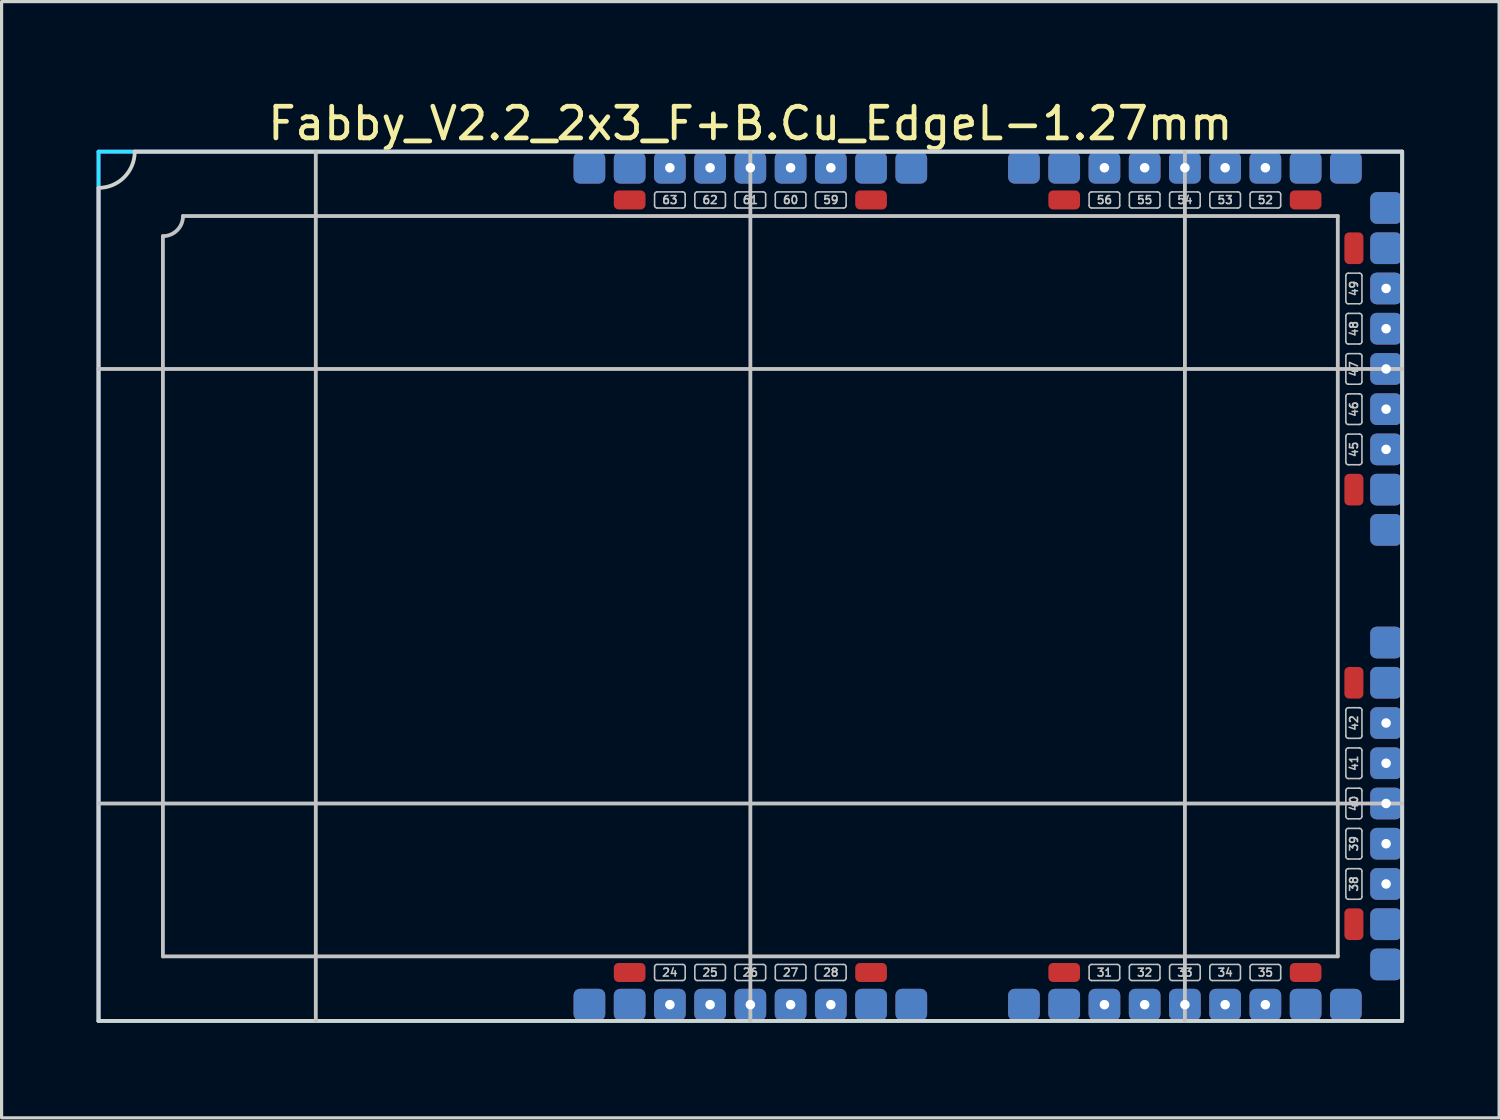
<source format=kicad_pcb>
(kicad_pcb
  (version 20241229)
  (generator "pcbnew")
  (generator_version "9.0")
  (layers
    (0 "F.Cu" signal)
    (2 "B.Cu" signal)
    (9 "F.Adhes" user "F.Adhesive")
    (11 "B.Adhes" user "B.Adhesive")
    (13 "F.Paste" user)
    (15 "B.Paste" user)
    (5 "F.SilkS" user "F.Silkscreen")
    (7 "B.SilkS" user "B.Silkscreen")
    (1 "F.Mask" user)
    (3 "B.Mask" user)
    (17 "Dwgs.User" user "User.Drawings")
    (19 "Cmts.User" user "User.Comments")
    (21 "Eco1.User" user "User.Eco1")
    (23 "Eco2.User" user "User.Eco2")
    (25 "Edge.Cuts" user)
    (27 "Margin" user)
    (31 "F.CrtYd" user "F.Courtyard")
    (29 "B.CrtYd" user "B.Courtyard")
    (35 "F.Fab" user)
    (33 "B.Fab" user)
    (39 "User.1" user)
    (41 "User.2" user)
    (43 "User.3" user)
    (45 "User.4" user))
  (footprint "Fabby_V2.2_2x3_F+B.Cu_EdgeL-1.27mm"
    (layer "F.Cu")
    (at 20.634 15.453)
    (property "Reference" "Fabby_V2.2_2x3_F+B.Cu_EdgeL-1.27mm" (at 0 -14.605 0) (layer "F.SilkS") (effects (font (size 1 1) (thickness 0.15))))
    (attr through_hole)
    (fp_line (start -18.542 11.684) (end -18.542 -11.049) (stroke (width 0.12) (type solid)) (layer "Dwgs.User"))
    (fp_line (start -17.907 -11.684) (end 18.542 -11.684) (stroke (width 0.12) (type solid)) (layer "Dwgs.User"))
    (fp_line (start -13.716 13.716) (end -13.716 -13.716) (stroke (width 0.12) (type solid)) (layer "Dwgs.User"))
    (fp_line (start -3.023 -12.014) (end -3.023 -12.37) (stroke (width 0.05) (type solid)) (layer "Dwgs.User"))
    (fp_line (start -3.023 12.37) (end -3.023 12.014) (stroke (width 0.05) (type solid)) (layer "Dwgs.User"))
    (fp_line (start -2.134 -12.446) (end -2.946 -12.446) (stroke (width 0.05) (type solid)) (layer "Dwgs.User"))
    (fp_line (start -2.134 -11.938) (end -2.946 -11.938) (stroke (width 0.05) (type solid)) (layer "Dwgs.User"))
    (fp_line (start -2.134 11.938) (end -2.946 11.938) (stroke (width 0.05) (type solid)) (layer "Dwgs.User"))
    (fp_line (start -2.134 12.446) (end -2.946 12.446) (stroke (width 0.05) (type solid)) (layer "Dwgs.User"))
    (fp_line (start -2.057 -12.014) (end -2.057 -12.37) (stroke (width 0.05) (type solid)) (layer "Dwgs.User"))
    (fp_line (start -2.057 12.37) (end -2.057 12.014) (stroke (width 0.05) (type solid)) (layer "Dwgs.User"))
    (fp_line (start -1.753 -12.014) (end -1.753 -12.37) (stroke (width 0.05) (type solid)) (layer "Dwgs.User"))
    (fp_line (start -1.753 12.37) (end -1.753 12.014) (stroke (width 0.05) (type solid)) (layer "Dwgs.User"))
    (fp_line (start -0.864 -12.446) (end -1.676 -12.446) (stroke (width 0.05) (type solid)) (layer "Dwgs.User"))
    (fp_line (start -0.864 -11.938) (end -1.676 -11.938) (stroke (width 0.05) (type solid)) (layer "Dwgs.User"))
    (fp_line (start -0.864 11.938) (end -1.676 11.938) (stroke (width 0.05) (type solid)) (layer "Dwgs.User"))
    (fp_line (start -0.864 12.446) (end -1.676 12.446) (stroke (width 0.05) (type solid)) (layer "Dwgs.User"))
    (fp_line (start -0.787 -12.014) (end -0.787 -12.37) (stroke (width 0.05) (type solid)) (layer "Dwgs.User"))
    (fp_line (start -0.787 12.37) (end -0.787 12.014) (stroke (width 0.05) (type solid)) (layer "Dwgs.User"))
    (fp_line (start -0.483 -12.014) (end -0.483 -12.37) (stroke (width 0.05) (type solid)) (layer "Dwgs.User"))
    (fp_line (start -0.483 12.37) (end -0.483 12.014) (stroke (width 0.05) (type solid)) (layer "Dwgs.User"))
    (fp_line (start 0 -13.716) (end 0 13.716) (stroke (width 0.12) (type solid)) (layer "Dwgs.User"))
    (fp_line (start 0.406 -12.446) (end -0.406 -12.446) (stroke (width 0.05) (type solid)) (layer "Dwgs.User"))
    (fp_line (start 0.406 -11.938) (end -0.406 -11.938) (stroke (width 0.05) (type solid)) (layer "Dwgs.User"))
    (fp_line (start 0.406 11.938) (end -0.406 11.938) (stroke (width 0.05) (type solid)) (layer "Dwgs.User"))
    (fp_line (start 0.406 12.446) (end -0.406 12.446) (stroke (width 0.05) (type solid)) (layer "Dwgs.User"))
    (fp_line (start 0.483 -12.014) (end 0.483 -12.37) (stroke (width 0.05) (type solid)) (layer "Dwgs.User"))
    (fp_line (start 0.483 12.37) (end 0.483 12.014) (stroke (width 0.05) (type solid)) (layer "Dwgs.User"))
    (fp_line (start 0.787 -12.014) (end 0.787 -12.37) (stroke (width 0.05) (type solid)) (layer "Dwgs.User"))
    (fp_line (start 0.787 12.37) (end 0.787 12.014) (stroke (width 0.05) (type solid)) (layer "Dwgs.User"))
    (fp_line (start 1.676 -12.446) (end 0.864 -12.446) (stroke (width 0.05) (type solid)) (layer "Dwgs.User"))
    (fp_line (start 1.676 -11.938) (end 0.864 -11.938) (stroke (width 0.05) (type solid)) (layer "Dwgs.User"))
    (fp_line (start 1.676 11.938) (end 0.864 11.938) (stroke (width 0.05) (type solid)) (layer "Dwgs.User"))
    (fp_line (start 1.676 12.446) (end 0.864 12.446) (stroke (width 0.05) (type solid)) (layer "Dwgs.User"))
    (fp_line (start 1.753 -12.014) (end 1.753 -12.37) (stroke (width 0.05) (type solid)) (layer "Dwgs.User"))
    (fp_line (start 1.753 12.37) (end 1.753 12.014) (stroke (width 0.05) (type solid)) (layer "Dwgs.User"))
    (fp_line (start 2.057 -12.014) (end 2.057 -12.37) (stroke (width 0.05) (type solid)) (layer "Dwgs.User"))
    (fp_line (start 2.057 12.37) (end 2.057 12.014) (stroke (width 0.05) (type solid)) (layer "Dwgs.User"))
    (fp_line (start 2.946 -12.446) (end 2.134 -12.446) (stroke (width 0.05) (type solid)) (layer "Dwgs.User"))
    (fp_line (start 2.946 -11.938) (end 2.134 -11.938) (stroke (width 0.05) (type solid)) (layer "Dwgs.User"))
    (fp_line (start 2.946 11.938) (end 2.134 11.938) (stroke (width 0.05) (type solid)) (layer "Dwgs.User"))
    (fp_line (start 2.946 12.446) (end 2.134 12.446) (stroke (width 0.05) (type solid)) (layer "Dwgs.User"))
    (fp_line (start 3.023 -12.014) (end 3.023 -12.37) (stroke (width 0.05) (type solid)) (layer "Dwgs.User"))
    (fp_line (start 3.023 12.37) (end 3.023 12.014) (stroke (width 0.05) (type solid)) (layer "Dwgs.User"))
    (fp_line (start 10.693 -12.014) (end 10.693 -12.37) (stroke (width 0.05) (type solid)) (layer "Dwgs.User"))
    (fp_line (start 10.693 12.014) (end 10.693 12.37) (stroke (width 0.05) (type solid)) (layer "Dwgs.User"))
    (fp_line (start 10.77 11.938) (end 11.582 11.938) (stroke (width 0.05) (type solid)) (layer "Dwgs.User"))
    (fp_line (start 10.77 12.446) (end 11.582 12.446) (stroke (width 0.05) (type solid)) (layer "Dwgs.User"))
    (fp_line (start 11.582 -12.446) (end 10.77 -12.446) (stroke (width 0.05) (type solid)) (layer "Dwgs.User"))
    (fp_line (start 11.582 -11.938) (end 10.77 -11.938) (stroke (width 0.05) (type solid)) (layer "Dwgs.User"))
    (fp_line (start 11.659 -12.014) (end 11.659 -12.37) (stroke (width 0.05) (type solid)) (layer "Dwgs.User"))
    (fp_line (start 11.659 12.014) (end 11.659 12.37) (stroke (width 0.05) (type solid)) (layer "Dwgs.User"))
    (fp_line (start 11.963 -12.014) (end 11.963 -12.37) (stroke (width 0.05) (type solid)) (layer "Dwgs.User"))
    (fp_line (start 11.963 12.014) (end 11.963 12.37) (stroke (width 0.05) (type solid)) (layer "Dwgs.User"))
    (fp_line (start 12.04 11.938) (end 12.852 11.938) (stroke (width 0.05) (type solid)) (layer "Dwgs.User"))
    (fp_line (start 12.04 12.446) (end 12.852 12.446) (stroke (width 0.05) (type solid)) (layer "Dwgs.User"))
    (fp_line (start 12.852 -12.446) (end 12.04 -12.446) (stroke (width 0.05) (type solid)) (layer "Dwgs.User"))
    (fp_line (start 12.852 -11.938) (end 12.04 -11.938) (stroke (width 0.05) (type solid)) (layer "Dwgs.User"))
    (fp_line (start 12.929 -12.014) (end 12.929 -12.37) (stroke (width 0.05) (type solid)) (layer "Dwgs.User"))
    (fp_line (start 12.929 12.014) (end 12.929 12.37) (stroke (width 0.05) (type solid)) (layer "Dwgs.User"))
    (fp_line (start 13.233 -12.014) (end 13.233 -12.37) (stroke (width 0.05) (type solid)) (layer "Dwgs.User"))
    (fp_line (start 13.233 12.014) (end 13.233 12.37) (stroke (width 0.05) (type solid)) (layer "Dwgs.User"))
    (fp_line (start 13.31 11.938) (end 14.122 11.938) (stroke (width 0.05) (type solid)) (layer "Dwgs.User"))
    (fp_line (start 13.31 12.446) (end 14.122 12.446) (stroke (width 0.05) (type solid)) (layer "Dwgs.User"))
    (fp_line (start 13.716 13.716) (end 13.716 -13.716) (stroke (width 0.12) (type solid)) (layer "Dwgs.User"))
    (fp_line (start 14.122 -12.446) (end 13.31 -12.446) (stroke (width 0.05) (type solid)) (layer "Dwgs.User"))
    (fp_line (start 14.122 -11.938) (end 13.31 -11.938) (stroke (width 0.05) (type solid)) (layer "Dwgs.User"))
    (fp_line (start 14.199 -12.014) (end 14.199 -12.37) (stroke (width 0.05) (type solid)) (layer "Dwgs.User"))
    (fp_line (start 14.199 12.014) (end 14.199 12.37) (stroke (width 0.05) (type solid)) (layer "Dwgs.User"))
    (fp_line (start 14.503 -12.014) (end 14.503 -12.37) (stroke (width 0.05) (type solid)) (layer "Dwgs.User"))
    (fp_line (start 14.503 12.014) (end 14.503 12.37) (stroke (width 0.05) (type solid)) (layer "Dwgs.User"))
    (fp_line (start 14.58 11.938) (end 15.392 11.938) (stroke (width 0.05) (type solid)) (layer "Dwgs.User"))
    (fp_line (start 14.58 12.446) (end 15.392 12.446) (stroke (width 0.05) (type solid)) (layer "Dwgs.User"))
    (fp_line (start 15.392 -12.446) (end 14.58 -12.446) (stroke (width 0.05) (type solid)) (layer "Dwgs.User"))
    (fp_line (start 15.392 -11.938) (end 14.58 -11.938) (stroke (width 0.05) (type solid)) (layer "Dwgs.User"))
    (fp_line (start 15.469 -12.014) (end 15.469 -12.37) (stroke (width 0.05) (type solid)) (layer "Dwgs.User"))
    (fp_line (start 15.469 12.014) (end 15.469 12.37) (stroke (width 0.05) (type solid)) (layer "Dwgs.User"))
    (fp_line (start 15.773 -12.014) (end 15.773 -12.37) (stroke (width 0.05) (type solid)) (layer "Dwgs.User"))
    (fp_line (start 15.773 12.014) (end 15.773 12.37) (stroke (width 0.05) (type solid)) (layer "Dwgs.User"))
    (fp_line (start 15.85 11.938) (end 16.662 11.938) (stroke (width 0.05) (type solid)) (layer "Dwgs.User"))
    (fp_line (start 15.85 12.446) (end 16.662 12.446) (stroke (width 0.05) (type solid)) (layer "Dwgs.User"))
    (fp_line (start 16.662 -12.446) (end 15.85 -12.446) (stroke (width 0.05) (type solid)) (layer "Dwgs.User"))
    (fp_line (start 16.662 -11.938) (end 15.85 -11.938) (stroke (width 0.05) (type solid)) (layer "Dwgs.User"))
    (fp_line (start 16.739 -12.014) (end 16.739 -12.37) (stroke (width 0.05) (type solid)) (layer "Dwgs.User"))
    (fp_line (start 16.739 12.014) (end 16.739 12.37) (stroke (width 0.05) (type solid)) (layer "Dwgs.User"))
    (fp_line (start 18.542 -11.684) (end 18.542 11.684) (stroke (width 0.12) (type solid)) (layer "Dwgs.User"))
    (fp_line (start 18.542 11.684) (end -18.542 11.684) (stroke (width 0.12) (type solid)) (layer "Dwgs.User"))
    (fp_line (start 18.796 -8.992) (end 18.796 -9.804) (stroke (width 0.05) (type solid)) (layer "Dwgs.User"))
    (fp_line (start 18.796 -7.722) (end 18.796 -8.534) (stroke (width 0.05) (type solid)) (layer "Dwgs.User"))
    (fp_line (start 18.796 -6.452) (end 18.796 -7.264) (stroke (width 0.05) (type solid)) (layer "Dwgs.User"))
    (fp_line (start 18.796 -5.182) (end 18.796 -5.994) (stroke (width 0.05) (type solid)) (layer "Dwgs.User"))
    (fp_line (start 18.796 -3.912) (end 18.796 -4.724) (stroke (width 0.05) (type solid)) (layer "Dwgs.User"))
    (fp_line (start 18.796 4.724) (end 18.796 3.912) (stroke (width 0.05) (type solid)) (layer "Dwgs.User"))
    (fp_line (start 18.796 5.994) (end 18.796 5.182) (stroke (width 0.05) (type solid)) (layer "Dwgs.User"))
    (fp_line (start 18.796 7.264) (end 18.796 6.452) (stroke (width 0.05) (type solid)) (layer "Dwgs.User"))
    (fp_line (start 18.796 8.534) (end 18.796 7.722) (stroke (width 0.05) (type solid)) (layer "Dwgs.User"))
    (fp_line (start 18.796 9.804) (end 18.796 8.992) (stroke (width 0.05) (type solid)) (layer "Dwgs.User"))
    (fp_line (start 18.872 -9.881) (end 19.228 -9.881) (stroke (width 0.05) (type solid)) (layer "Dwgs.User"))
    (fp_line (start 18.872 -8.915) (end 19.228 -8.915) (stroke (width 0.05) (type solid)) (layer "Dwgs.User"))
    (fp_line (start 18.872 -8.611) (end 19.228 -8.611) (stroke (width 0.05) (type solid)) (layer "Dwgs.User"))
    (fp_line (start 18.872 -7.645) (end 19.228 -7.645) (stroke (width 0.05) (type solid)) (layer "Dwgs.User"))
    (fp_line (start 18.872 -7.341) (end 19.228 -7.341) (stroke (width 0.05) (type solid)) (layer "Dwgs.User"))
    (fp_line (start 18.872 -6.375) (end 19.228 -6.375) (stroke (width 0.05) (type solid)) (layer "Dwgs.User"))
    (fp_line (start 18.872 -6.071) (end 19.228 -6.071) (stroke (width 0.05) (type solid)) (layer "Dwgs.User"))
    (fp_line (start 18.872 -5.105) (end 19.228 -5.105) (stroke (width 0.05) (type solid)) (layer "Dwgs.User"))
    (fp_line (start 18.872 -4.801) (end 19.228 -4.801) (stroke (width 0.05) (type solid)) (layer "Dwgs.User"))
    (fp_line (start 18.872 -3.835) (end 19.228 -3.835) (stroke (width 0.05) (type solid)) (layer "Dwgs.User"))
    (fp_line (start 18.872 3.835) (end 19.228 3.835) (stroke (width 0.05) (type solid)) (layer "Dwgs.User"))
    (fp_line (start 18.872 4.801) (end 19.228 4.801) (stroke (width 0.05) (type solid)) (layer "Dwgs.User"))
    (fp_line (start 18.872 5.105) (end 19.228 5.105) (stroke (width 0.05) (type solid)) (layer "Dwgs.User"))
    (fp_line (start 18.872 6.071) (end 19.228 6.071) (stroke (width 0.05) (type solid)) (layer "Dwgs.User"))
    (fp_line (start 18.872 6.375) (end 19.228 6.375) (stroke (width 0.05) (type solid)) (layer "Dwgs.User"))
    (fp_line (start 18.872 7.341) (end 19.228 7.341) (stroke (width 0.05) (type solid)) (layer "Dwgs.User"))
    (fp_line (start 18.872 7.645) (end 19.228 7.645) (stroke (width 0.05) (type solid)) (layer "Dwgs.User"))
    (fp_line (start 18.872 8.611) (end 19.228 8.611) (stroke (width 0.05) (type solid)) (layer "Dwgs.User"))
    (fp_line (start 18.872 8.915) (end 19.228 8.915) (stroke (width 0.05) (type solid)) (layer "Dwgs.User"))
    (fp_line (start 18.872 9.881) (end 19.228 9.881) (stroke (width 0.05) (type solid)) (layer "Dwgs.User"))
    (fp_line (start 19.304 -8.992) (end 19.304 -9.804) (stroke (width 0.05) (type solid)) (layer "Dwgs.User"))
    (fp_line (start 19.304 -7.722) (end 19.304 -8.534) (stroke (width 0.05) (type solid)) (layer "Dwgs.User"))
    (fp_line (start 19.304 -6.452) (end 19.304 -7.264) (stroke (width 0.05) (type solid)) (layer "Dwgs.User"))
    (fp_line (start 19.304 -5.182) (end 19.304 -5.994) (stroke (width 0.05) (type solid)) (layer "Dwgs.User"))
    (fp_line (start 19.304 -3.912) (end 19.304 -4.724) (stroke (width 0.05) (type solid)) (layer "Dwgs.User"))
    (fp_line (start 19.304 4.724) (end 19.304 3.912) (stroke (width 0.05) (type solid)) (layer "Dwgs.User"))
    (fp_line (start 19.304 5.994) (end 19.304 5.182) (stroke (width 0.05) (type solid)) (layer "Dwgs.User"))
    (fp_line (start 19.304 7.264) (end 19.304 6.452) (stroke (width 0.05) (type solid)) (layer "Dwgs.User"))
    (fp_line (start 19.304 8.534) (end 19.304 7.722) (stroke (width 0.05) (type solid)) (layer "Dwgs.User"))
    (fp_line (start 19.304 9.804) (end 19.304 8.992) (stroke (width 0.05) (type solid)) (layer "Dwgs.User"))
    (fp_line (start 20.574 -6.858) (end -20.574 -6.858) (stroke (width 0.12) (type solid)) (layer "Dwgs.User"))
    (fp_line (start 20.574 6.858) (end -20.574 6.858) (stroke (width 0.12) (type solid)) (layer "Dwgs.User"))
    (fp_arc (start -17.907 -11.684) (mid -18.092987 -11.234987) (end -18.542 -11.049) (stroke (width 0.12) (type solid)) (layer "Dwgs.User"))
    (fp_arc (start -3.0226 -12.3698) (mid -3.000282 -12.423682) (end -2.9464 -12.446) (stroke (width 0.05) (type solid)) (layer "Dwgs.User"))
    (fp_arc (start -3.0226 12.0142) (mid -3.000282 11.960318) (end -2.9464 11.938) (stroke (width 0.05) (type solid)) (layer "Dwgs.User"))
    (fp_arc (start -2.9464 -11.938) (mid -3.000282 -11.960318) (end -3.0226 -12.0142) (stroke (width 0.05) (type solid)) (layer "Dwgs.User"))
    (fp_arc (start -2.9464 12.446) (mid -3.000282 12.423682) (end -3.0226 12.3698) (stroke (width 0.05) (type solid)) (layer "Dwgs.User"))
    (fp_arc (start -2.1336 -12.446) (mid -2.079718 -12.423682) (end -2.0574 -12.3698) (stroke (width 0.05) (type solid)) (layer "Dwgs.User"))
    (fp_arc (start -2.1336 11.938) (mid -2.079718 11.960318) (end -2.0574 12.0142) (stroke (width 0.05) (type solid)) (layer "Dwgs.User"))
    (fp_arc (start -2.0574 -12.0142) (mid -2.079718 -11.960318) (end -2.1336 -11.938) (stroke (width 0.05) (type solid)) (layer "Dwgs.User"))
    (fp_arc (start -2.0574 12.3698) (mid -2.079718 12.423682) (end -2.1336 12.446) (stroke (width 0.05) (type solid)) (layer "Dwgs.User"))
    (fp_arc (start -1.7526 -12.3698) (mid -1.730282 -12.423682) (end -1.6764 -12.446) (stroke (width 0.05) (type solid)) (layer "Dwgs.User"))
    (fp_arc (start -1.7526 12.0142) (mid -1.730282 11.960318) (end -1.6764 11.938) (stroke (width 0.05) (type solid)) (layer "Dwgs.User"))
    (fp_arc (start -1.6764 -11.938) (mid -1.730282 -11.960318) (end -1.7526 -12.0142) (stroke (width 0.05) (type solid)) (layer "Dwgs.User"))
    (fp_arc (start -1.6764 12.446) (mid -1.730282 12.423682) (end -1.7526 12.3698) (stroke (width 0.05) (type solid)) (layer "Dwgs.User"))
    (fp_arc (start -0.8636 -12.446) (mid -0.809718 -12.423682) (end -0.7874 -12.3698) (stroke (width 0.05) (type solid)) (layer "Dwgs.User"))
    (fp_arc (start -0.8636 11.938) (mid -0.809718 11.960318) (end -0.7874 12.0142) (stroke (width 0.05) (type solid)) (layer "Dwgs.User"))
    (fp_arc (start -0.7874 -12.0142) (mid -0.809718 -11.960318) (end -0.8636 -11.938) (stroke (width 0.05) (type solid)) (layer "Dwgs.User"))
    (fp_arc (start -0.7874 12.3698) (mid -0.809718 12.423682) (end -0.8636 12.446) (stroke (width 0.05) (type solid)) (layer "Dwgs.User"))
    (fp_arc (start -0.4826 -12.3698) (mid -0.460282 -12.423682) (end -0.4064 -12.446) (stroke (width 0.05) (type solid)) (layer "Dwgs.User"))
    (fp_arc (start -0.4826 12.0142) (mid -0.460282 11.960318) (end -0.4064 11.938) (stroke (width 0.05) (type solid)) (layer "Dwgs.User"))
    (fp_arc (start -0.4064 -11.938) (mid -0.460282 -11.960318) (end -0.4826 -12.0142) (stroke (width 0.05) (type solid)) (layer "Dwgs.User"))
    (fp_arc (start -0.4064 12.446) (mid -0.460282 12.423682) (end -0.4826 12.3698) (stroke (width 0.05) (type solid)) (layer "Dwgs.User"))
    (fp_arc (start 0.4064 -12.446) (mid 0.460282 -12.423682) (end 0.4826 -12.3698) (stroke (width 0.05) (type solid)) (layer "Dwgs.User"))
    (fp_arc (start 0.4064 11.938) (mid 0.460282 11.960318) (end 0.4826 12.0142) (stroke (width 0.05) (type solid)) (layer "Dwgs.User"))
    (fp_arc (start 0.4826 -12.0142) (mid 0.460282 -11.960318) (end 0.4064 -11.938) (stroke (width 0.05) (type solid)) (layer "Dwgs.User"))
    (fp_arc (start 0.4826 12.3698) (mid 0.460282 12.423682) (end 0.4064 12.446) (stroke (width 0.05) (type solid)) (layer "Dwgs.User"))
    (fp_arc (start 0.7874 -12.3698) (mid 0.809718 -12.423682) (end 0.8636 -12.446) (stroke (width 0.05) (type solid)) (layer "Dwgs.User"))
    (fp_arc (start 0.7874 12.0142) (mid 0.809718 11.960318) (end 0.8636 11.938) (stroke (width 0.05) (type solid)) (layer "Dwgs.User"))
    (fp_arc (start 0.8636 -11.938) (mid 0.809718 -11.960318) (end 0.7874 -12.0142) (stroke (width 0.05) (type solid)) (layer "Dwgs.User"))
    (fp_arc (start 0.8636 12.446) (mid 0.809718 12.423682) (end 0.7874 12.3698) (stroke (width 0.05) (type solid)) (layer "Dwgs.User"))
    (fp_arc (start 1.6764 -12.446) (mid 1.730282 -12.423682) (end 1.7526 -12.3698) (stroke (width 0.05) (type solid)) (layer "Dwgs.User"))
    (fp_arc (start 1.6764 11.938) (mid 1.730282 11.960318) (end 1.7526 12.0142) (stroke (width 0.05) (type solid)) (layer "Dwgs.User"))
    (fp_arc (start 1.7526 -12.0142) (mid 1.730282 -11.960318) (end 1.6764 -11.938) (stroke (width 0.05) (type solid)) (layer "Dwgs.User"))
    (fp_arc (start 1.7526 12.3698) (mid 1.730282 12.423682) (end 1.6764 12.446) (stroke (width 0.05) (type solid)) (layer "Dwgs.User"))
    (fp_arc (start 2.0574 -12.3698) (mid 2.079718 -12.423682) (end 2.1336 -12.446) (stroke (width 0.05) (type solid)) (layer "Dwgs.User"))
    (fp_arc (start 2.0574 12.0142) (mid 2.079718 11.960318) (end 2.1336 11.938) (stroke (width 0.05) (type solid)) (layer "Dwgs.User"))
    (fp_arc (start 2.1336 -11.938) (mid 2.079718 -11.960318) (end 2.0574 -12.0142) (stroke (width 0.05) (type solid)) (layer "Dwgs.User"))
    (fp_arc (start 2.1336 12.446) (mid 2.079718 12.423682) (end 2.0574 12.3698) (stroke (width 0.05) (type solid)) (layer "Dwgs.User"))
    (fp_arc (start 2.9464 -12.446) (mid 3.000282 -12.423682) (end 3.0226 -12.3698) (stroke (width 0.05) (type solid)) (layer "Dwgs.User"))
    (fp_arc (start 2.9464 11.938) (mid 3.000282 11.960318) (end 3.0226 12.0142) (stroke (width 0.05) (type solid)) (layer "Dwgs.User"))
    (fp_arc (start 3.0226 -12.0142) (mid 3.000282 -11.960318) (end 2.9464 -11.938) (stroke (width 0.05) (type solid)) (layer "Dwgs.User"))
    (fp_arc (start 3.0226 12.3698) (mid 3.000282 12.423682) (end 2.9464 12.446) (stroke (width 0.05) (type solid)) (layer "Dwgs.User"))
    (fp_arc (start 10.6934 -12.3698) (mid 10.715718 -12.423682) (end 10.7696 -12.446) (stroke (width 0.05) (type solid)) (layer "Dwgs.User"))
    (fp_arc (start 10.6934 12.0142) (mid 10.715718 11.960318) (end 10.7696 11.938) (stroke (width 0.05) (type solid)) (layer "Dwgs.User"))
    (fp_arc (start 10.7696 -11.938) (mid 10.715718 -11.960318) (end 10.6934 -12.0142) (stroke (width 0.05) (type solid)) (layer "Dwgs.User"))
    (fp_arc (start 10.7696 12.446) (mid 10.715718 12.423682) (end 10.6934 12.3698) (stroke (width 0.05) (type solid)) (layer "Dwgs.User"))
    (fp_arc (start 11.5824 -12.446) (mid 11.636282 -12.423682) (end 11.6586 -12.3698) (stroke (width 0.05) (type solid)) (layer "Dwgs.User"))
    (fp_arc (start 11.5824 11.938) (mid 11.636282 11.960318) (end 11.6586 12.0142) (stroke (width 0.05) (type solid)) (layer "Dwgs.User"))
    (fp_arc (start 11.6586 -12.0142) (mid 11.636282 -11.960318) (end 11.5824 -11.938) (stroke (width 0.05) (type solid)) (layer "Dwgs.User"))
    (fp_arc (start 11.6586 12.3698) (mid 11.636282 12.423682) (end 11.5824 12.446) (stroke (width 0.05) (type solid)) (layer "Dwgs.User"))
    (fp_arc (start 11.9634 -12.3698) (mid 11.985718 -12.423682) (end 12.0396 -12.446) (stroke (width 0.05) (type solid)) (layer "Dwgs.User"))
    (fp_arc (start 11.9634 12.0142) (mid 11.985718 11.960318) (end 12.0396 11.938) (stroke (width 0.05) (type solid)) (layer "Dwgs.User"))
    (fp_arc (start 12.0396 -11.938) (mid 11.985718 -11.960318) (end 11.9634 -12.0142) (stroke (width 0.05) (type solid)) (layer "Dwgs.User"))
    (fp_arc (start 12.0396 12.446) (mid 11.985718 12.423682) (end 11.9634 12.3698) (stroke (width 0.05) (type solid)) (layer "Dwgs.User"))
    (fp_arc (start 12.8524 -12.446) (mid 12.906282 -12.423682) (end 12.9286 -12.3698) (stroke (width 0.05) (type solid)) (layer "Dwgs.User"))
    (fp_arc (start 12.8524 11.938) (mid 12.906282 11.960318) (end 12.9286 12.0142) (stroke (width 0.05) (type solid)) (layer "Dwgs.User"))
    (fp_arc (start 12.9286 -12.0142) (mid 12.906282 -11.960318) (end 12.8524 -11.938) (stroke (width 0.05) (type solid)) (layer "Dwgs.User"))
    (fp_arc (start 12.9286 12.3698) (mid 12.906282 12.423682) (end 12.8524 12.446) (stroke (width 0.05) (type solid)) (layer "Dwgs.User"))
    (fp_arc (start 13.2334 -12.3698) (mid 13.255718 -12.423682) (end 13.3096 -12.446) (stroke (width 0.05) (type solid)) (layer "Dwgs.User"))
    (fp_arc (start 13.2334 12.0142) (mid 13.255718 11.960318) (end 13.3096 11.938) (stroke (width 0.05) (type solid)) (layer "Dwgs.User"))
    (fp_arc (start 13.3096 -11.938) (mid 13.255718 -11.960318) (end 13.2334 -12.0142) (stroke (width 0.05) (type solid)) (layer "Dwgs.User"))
    (fp_arc (start 13.3096 12.446) (mid 13.255718 12.423682) (end 13.2334 12.3698) (stroke (width 0.05) (type solid)) (layer "Dwgs.User"))
    (fp_arc (start 14.1224 -12.446) (mid 14.176282 -12.423682) (end 14.1986 -12.3698) (stroke (width 0.05) (type solid)) (layer "Dwgs.User"))
    (fp_arc (start 14.1224 11.938) (mid 14.176282 11.960318) (end 14.1986 12.0142) (stroke (width 0.05) (type solid)) (layer "Dwgs.User"))
    (fp_arc (start 14.1986 -12.0142) (mid 14.176282 -11.960318) (end 14.1224 -11.938) (stroke (width 0.05) (type solid)) (layer "Dwgs.User"))
    (fp_arc (start 14.1986 12.3698) (mid 14.176282 12.423682) (end 14.1224 12.446) (stroke (width 0.05) (type solid)) (layer "Dwgs.User"))
    (fp_arc (start 14.5034 -12.3698) (mid 14.525718 -12.423682) (end 14.5796 -12.446) (stroke (width 0.05) (type solid)) (layer "Dwgs.User"))
    (fp_arc (start 14.5034 12.0142) (mid 14.525718 11.960318) (end 14.5796 11.938) (stroke (width 0.05) (type solid)) (layer "Dwgs.User"))
    (fp_arc (start 14.5796 -11.938) (mid 14.525718 -11.960318) (end 14.5034 -12.0142) (stroke (width 0.05) (type solid)) (layer "Dwgs.User"))
    (fp_arc (start 14.5796 12.446) (mid 14.525718 12.423682) (end 14.5034 12.3698) (stroke (width 0.05) (type solid)) (layer "Dwgs.User"))
    (fp_arc (start 15.3924 -12.446) (mid 15.446282 -12.423682) (end 15.4686 -12.3698) (stroke (width 0.05) (type solid)) (layer "Dwgs.User"))
    (fp_arc (start 15.3924 11.938) (mid 15.446282 11.960318) (end 15.4686 12.0142) (stroke (width 0.05) (type solid)) (layer "Dwgs.User"))
    (fp_arc (start 15.4686 -12.0142) (mid 15.446282 -11.960318) (end 15.3924 -11.938) (stroke (width 0.05) (type solid)) (layer "Dwgs.User"))
    (fp_arc (start 15.4686 12.3698) (mid 15.446282 12.423682) (end 15.3924 12.446) (stroke (width 0.05) (type solid)) (layer "Dwgs.User"))
    (fp_arc (start 15.7734 -12.3698) (mid 15.795718 -12.423682) (end 15.8496 -12.446) (stroke (width 0.05) (type solid)) (layer "Dwgs.User"))
    (fp_arc (start 15.7734 12.0142) (mid 15.795718 11.960318) (end 15.8496 11.938) (stroke (width 0.05) (type solid)) (layer "Dwgs.User"))
    (fp_arc (start 15.8496 -11.938) (mid 15.795718 -11.960318) (end 15.7734 -12.0142) (stroke (width 0.05) (type solid)) (layer "Dwgs.User"))
    (fp_arc (start 15.8496 12.446) (mid 15.795718 12.423682) (end 15.7734 12.3698) (stroke (width 0.05) (type solid)) (layer "Dwgs.User"))
    (fp_arc (start 16.6624 -12.446) (mid 16.716282 -12.423682) (end 16.7386 -12.3698) (stroke (width 0.05) (type solid)) (layer "Dwgs.User"))
    (fp_arc (start 16.6624 11.938) (mid 16.716282 11.960318) (end 16.7386 12.0142) (stroke (width 0.05) (type solid)) (layer "Dwgs.User"))
    (fp_arc (start 16.7386 -12.0142) (mid 16.716282 -11.960318) (end 16.6624 -11.938) (stroke (width 0.05) (type solid)) (layer "Dwgs.User"))
    (fp_arc (start 16.7386 12.3698) (mid 16.716282 12.423682) (end 16.6624 12.446) (stroke (width 0.05) (type solid)) (layer "Dwgs.User"))
    (fp_arc (start 18.796 -9.8044) (mid 18.818318 -9.858282) (end 18.8722 -9.8806) (stroke (width 0.05) (type solid)) (layer "Dwgs.User"))
    (fp_arc (start 18.796 -8.5344) (mid 18.818318 -8.588282) (end 18.8722 -8.6106) (stroke (width 0.05) (type solid)) (layer "Dwgs.User"))
    (fp_arc (start 18.796 -7.2644) (mid 18.818318 -7.318282) (end 18.8722 -7.3406) (stroke (width 0.05) (type solid)) (layer "Dwgs.User"))
    (fp_arc (start 18.796 -5.9944) (mid 18.818318 -6.048282) (end 18.8722 -6.0706) (stroke (width 0.05) (type solid)) (layer "Dwgs.User"))
    (fp_arc (start 18.796 -4.7244) (mid 18.818318 -4.778282) (end 18.8722 -4.8006) (stroke (width 0.05) (type solid)) (layer "Dwgs.User"))
    (fp_arc (start 18.796 3.9116) (mid 18.818318 3.857718) (end 18.8722 3.8354) (stroke (width 0.05) (type solid)) (layer "Dwgs.User"))
    (fp_arc (start 18.796 5.1816) (mid 18.818318 5.127718) (end 18.8722 5.1054) (stroke (width 0.05) (type solid)) (layer "Dwgs.User"))
    (fp_arc (start 18.796 6.4516) (mid 18.818318 6.397718) (end 18.8722 6.3754) (stroke (width 0.05) (type solid)) (layer "Dwgs.User"))
    (fp_arc (start 18.796 7.7216) (mid 18.818318 7.667718) (end 18.8722 7.6454) (stroke (width 0.05) (type solid)) (layer "Dwgs.User"))
    (fp_arc (start 18.796 8.9916) (mid 18.818318 8.937718) (end 18.8722 8.9154) (stroke (width 0.05) (type solid)) (layer "Dwgs.User"))
    (fp_arc (start 18.8722 -8.9154) (mid 18.818318 -8.937718) (end 18.796 -8.9916) (stroke (width 0.05) (type solid)) (layer "Dwgs.User"))
    (fp_arc (start 18.8722 -7.6454) (mid 18.818318 -7.667718) (end 18.796 -7.7216) (stroke (width 0.05) (type solid)) (layer "Dwgs.User"))
    (fp_arc (start 18.8722 -6.3754) (mid 18.818318 -6.397718) (end 18.796 -6.4516) (stroke (width 0.05) (type solid)) (layer "Dwgs.User"))
    (fp_arc (start 18.8722 -5.1054) (mid 18.818318 -5.127718) (end 18.796 -5.1816) (stroke (width 0.05) (type solid)) (layer "Dwgs.User"))
    (fp_arc (start 18.8722 -3.8354) (mid 18.818318 -3.857718) (end 18.796 -3.9116) (stroke (width 0.05) (type solid)) (layer "Dwgs.User"))
    (fp_arc (start 18.8722 4.8006) (mid 18.818318 4.778282) (end 18.796 4.7244) (stroke (width 0.05) (type solid)) (layer "Dwgs.User"))
    (fp_arc (start 18.8722 6.0706) (mid 18.818318 6.048282) (end 18.796 5.9944) (stroke (width 0.05) (type solid)) (layer "Dwgs.User"))
    (fp_arc (start 18.8722 7.3406) (mid 18.818318 7.318282) (end 18.796 7.2644) (stroke (width 0.05) (type solid)) (layer "Dwgs.User"))
    (fp_arc (start 18.8722 8.6106) (mid 18.818318 8.588282) (end 18.796 8.5344) (stroke (width 0.05) (type solid)) (layer "Dwgs.User"))
    (fp_arc (start 18.8722 9.8806) (mid 18.818318 9.858282) (end 18.796 9.8044) (stroke (width 0.05) (type solid)) (layer "Dwgs.User"))
    (fp_arc (start 19.2278 -9.8806) (mid 19.281682 -9.858282) (end 19.304 -9.8044) (stroke (width 0.05) (type solid)) (layer "Dwgs.User"))
    (fp_arc (start 19.2278 -8.6106) (mid 19.281682 -8.588282) (end 19.304 -8.5344) (stroke (width 0.05) (type solid)) (layer "Dwgs.User"))
    (fp_arc (start 19.2278 -7.3406) (mid 19.281682 -7.318282) (end 19.304 -7.2644) (stroke (width 0.05) (type solid)) (layer "Dwgs.User"))
    (fp_arc (start 19.2278 -6.0706) (mid 19.281682 -6.048282) (end 19.304 -5.9944) (stroke (width 0.05) (type solid)) (layer "Dwgs.User"))
    (fp_arc (start 19.2278 -4.8006) (mid 19.281682 -4.778282) (end 19.304 -4.7244) (stroke (width 0.05) (type solid)) (layer "Dwgs.User"))
    (fp_arc (start 19.2278 3.8354) (mid 19.281682 3.857718) (end 19.304 3.9116) (stroke (width 0.05) (type solid)) (layer "Dwgs.User"))
    (fp_arc (start 19.2278 5.1054) (mid 19.281682 5.127718) (end 19.304 5.1816) (stroke (width 0.05) (type solid)) (layer "Dwgs.User"))
    (fp_arc (start 19.2278 6.3754) (mid 19.281682 6.397718) (end 19.304 6.4516) (stroke (width 0.05) (type solid)) (layer "Dwgs.User"))
    (fp_arc (start 19.2278 7.6454) (mid 19.281682 7.667718) (end 19.304 7.7216) (stroke (width 0.05) (type solid)) (layer "Dwgs.User"))
    (fp_arc (start 19.2278 8.9154) (mid 19.281682 8.937718) (end 19.304 8.9916) (stroke (width 0.05) (type solid)) (layer "Dwgs.User"))
    (fp_arc (start 19.304 -8.9916) (mid 19.281682 -8.937718) (end 19.2278 -8.9154) (stroke (width 0.05) (type solid)) (layer "Dwgs.User"))
    (fp_arc (start 19.304 -7.7216) (mid 19.281682 -7.667718) (end 19.2278 -7.6454) (stroke (width 0.05) (type solid)) (layer "Dwgs.User"))
    (fp_arc (start 19.304 -6.4516) (mid 19.281682 -6.397718) (end 19.2278 -6.3754) (stroke (width 0.05) (type solid)) (layer "Dwgs.User"))
    (fp_arc (start 19.304 -5.1816) (mid 19.281682 -5.127718) (end 19.2278 -5.1054) (stroke (width 0.05) (type solid)) (layer "Dwgs.User"))
    (fp_arc (start 19.304 -3.9116) (mid 19.281682 -3.857718) (end 19.2278 -3.8354) (stroke (width 0.05) (type solid)) (layer "Dwgs.User"))
    (fp_arc (start 19.304 4.7244) (mid 19.281682 4.778282) (end 19.2278 4.8006) (stroke (width 0.05) (type solid)) (layer "Dwgs.User"))
    (fp_arc (start 19.304 5.9944) (mid 19.281682 6.048282) (end 19.2278 6.0706) (stroke (width 0.05) (type solid)) (layer "Dwgs.User"))
    (fp_arc (start 19.304 7.2644) (mid 19.281682 7.318282) (end 19.2278 7.3406) (stroke (width 0.05) (type solid)) (layer "Dwgs.User"))
    (fp_arc (start 19.304 8.5344) (mid 19.281682 8.588282) (end 19.2278 8.6106) (stroke (width 0.05) (type solid)) (layer "Dwgs.User"))
    (fp_arc (start 19.304 9.8044) (mid 19.281682 9.858282) (end 19.2278 9.8806) (stroke (width 0.05) (type solid)) (layer "Dwgs.User"))
    (fp_line (start -20.574 -12.573) (end -20.574 13.72) (stroke (width 0.12) (type solid)) (layer "Edge.Cuts"))
    (fp_line (start -20.574 13.72) (end 20.574 13.72) (stroke (width 0.12) (type solid)) (layer "Edge.Cuts"))
    (fp_line (start -19.431 -13.716) (end 20.574 -13.716) (stroke (width 0.12) (type solid)) (layer "Edge.Cuts"))
    (fp_line (start 20.574 -13.716) (end 20.574 13.72) (stroke (width 0.12) (type solid)) (layer "Edge.Cuts"))
    (fp_arc (start -19.431 -13.716) (mid -19.765777 -12.907777) (end -20.574 -12.573) (stroke (width 0.12) (type solid)) (layer "Edge.Cuts"))
    (fp_line (start -20.574 -13.716) (end 20.574 -13.716) (stroke (width 0.12) (type solid)) (layer "B.CrtYd"))
    (fp_line (start -20.574 13.72) (end -20.574 -13.716) (stroke (width 0.12) (type solid)) (layer "B.CrtYd"))
    (fp_line (start 20.574 -13.716) (end 20.574 13.72) (stroke (width 0.12) (type solid)) (layer "B.CrtYd"))
    (fp_line (start 20.574 13.72) (end -20.574 13.72) (stroke (width 0.12) (type solid)) (layer "B.CrtYd"))
    (fp_line (start -20.574 -13.716) (end 20.574 -13.716) (stroke (width 0.12) (type solid)) (layer "F.CrtYd"))
    (fp_line (start -20.574 13.72) (end -20.574 -13.716) (stroke (width 0.12) (type solid)) (layer "F.CrtYd"))
    (fp_line (start 20.574 -13.716) (end 20.574 13.72) (stroke (width 0.12) (type solid)) (layer "F.CrtYd"))
    (fp_line (start 20.574 13.72) (end -20.574 13.72) (stroke (width 0.12) (type solid)) (layer "F.CrtYd"))
    (fp_text user "62" (at -1.27 -12.192 0) (layer "Dwgs.User") (effects (font (size 0.25 0.25) (thickness 0.05))))
    (fp_text user "49" (at 19.05 -9.398 90) (layer "Dwgs.User") (effects (font (size 0.25 0.25) (thickness 0.05))))
    (fp_text user "59" (at 2.54 -12.192 0) (layer "Dwgs.User") (effects (font (size 0.25 0.25) (thickness 0.05))))
    (fp_text user "39" (at 19.05 8.128 270) (layer "Dwgs.User") (effects (font (size 0.25 0.25) (thickness 0.05))))
    (fp_text user "31" (at 11.176 12.192 180) (layer "Dwgs.User") (effects (font (size 0.25 0.25) (thickness 0.05))))
    (fp_text user "26" (at 0 12.192 0) (layer "Dwgs.User") (effects (font (size 0.25 0.25) (thickness 0.05))))
    (fp_text user "41" (at 19.05 5.588 270) (layer "Dwgs.User") (effects (font (size 0.25 0.25) (thickness 0.05))))
    (fp_text user "53" (at 14.986 -12.192 0) (layer "Dwgs.User") (effects (font (size 0.25 0.25) (thickness 0.05))))
    (fp_text user "25" (at -1.27 12.192 0) (layer "Dwgs.User") (effects (font (size 0.25 0.25) (thickness 0.05))))
    (fp_text user "63" (at -2.54 -12.192 0) (layer "Dwgs.User") (effects (font (size 0.25 0.25) (thickness 0.05))))
    (fp_text user "55" (at 12.446 -12.192 0) (layer "Dwgs.User") (effects (font (size 0.25 0.25) (thickness 0.05))))
    (fp_text user "42" (at 19.05 4.318 270) (layer "Dwgs.User") (effects (font (size 0.25 0.25) (thickness 0.05))))
    (fp_text user "61" (at 0 -12.192 0) (layer "Dwgs.User") (effects (font (size 0.25 0.25) (thickness 0.05))))
    (fp_text user "40" (at 19.05 6.858 270) (layer "Dwgs.User") (effects (font (size 0.25 0.25) (thickness 0.05))))
    (fp_text user "47" (at 19.05 -6.858 90) (layer "Dwgs.User") (effects (font (size 0.25 0.25) (thickness 0.05))))
    (fp_text user "35" (at 16.256 12.192 180) (layer "Dwgs.User") (effects (font (size 0.25 0.25) (thickness 0.05))))
    (fp_text user "28" (at 2.54 12.192 0) (layer "Dwgs.User") (effects (font (size 0.25 0.25) (thickness 0.05))))
    (fp_text user "32" (at 12.446 12.192 180) (layer "Dwgs.User") (effects (font (size 0.25 0.25) (thickness 0.05))))
    (fp_text user "45" (at 19.05 -4.318 90) (layer "Dwgs.User") (effects (font (size 0.25 0.25) (thickness 0.05))))
    (fp_text user "46" (at 19.05 -5.588 90) (layer "Dwgs.User") (effects (font (size 0.25 0.25) (thickness 0.05))))
    (fp_text user "48" (at 19.05 -8.128 90) (layer "Dwgs.User") (effects (font (size 0.25 0.25) (thickness 0.05))))
    (fp_text user "33" (at 13.716 12.192 180) (layer "Dwgs.User") (effects (font (size 0.25 0.25) (thickness 0.05))))
    (fp_text user "27" (at 1.27 12.192 0) (layer "Dwgs.User") (effects (font (size 0.25 0.25) (thickness 0.05))))
    (fp_text user "54" (at 13.716 -12.192 0) (layer "Dwgs.User") (effects (font (size 0.25 0.25) (thickness 0.05))))
    (fp_text user "60" (at 1.27 -12.192 0) (layer "Dwgs.User") (effects (font (size 0.25 0.25) (thickness 0.05))))
    (fp_text user "24" (at -2.54 12.192 0) (layer "Dwgs.User") (effects (font (size 0.25 0.25) (thickness 0.05))))
    (fp_text user "34" (at 14.986 12.192 180) (layer "Dwgs.User") (effects (font (size 0.25 0.25) (thickness 0.05))))
    (fp_text user "52" (at 16.256 -12.192 0) (layer "Dwgs.User") (effects (font (size 0.25 0.25) (thickness 0.05))))
    (fp_text user "38" (at 19.05 9.398 270) (layer "Dwgs.User") (effects (font (size 0.25 0.25) (thickness 0.05))))
    (fp_text user "56" (at 11.176 -12.192 0) (layer "Dwgs.User") (effects (font (size 0.25 0.25) (thickness 0.05))))
    (pad "" smd roundrect (at -5.08 -13.208 270) (size 1 1) (layers "B.Cu" "B.Mask" "B.Paste") (roundrect_rratio 0.2))
    (pad "" smd roundrect (at -5.08 13.208 270) (size 1 1) (layers "B.Cu" "B.Mask" "B.Paste") (roundrect_rratio 0.2))
    (pad "" smd roundrect (at -3.81 -13.208 270) (size 1 1) (layers "F.Cu" "F.Mask" "F.Paste") (roundrect_rratio 0.2))
    (pad "" smd roundrect (at -3.81 -13.208 270) (size 1 1) (layers "B.Cu" "B.Mask" "B.Paste") (roundrect_rratio 0.2))
    (pad "" smd roundrect (at -3.81 13.208 270) (size 1 1) (layers "F.Cu" "F.Mask" "F.Paste") (roundrect_rratio 0.2))
    (pad "" smd roundrect (at -3.81 13.208 270) (size 1 1) (layers "B.Cu" "B.Mask" "B.Paste") (roundrect_rratio 0.2))
    (pad "" smd roundrect (at 3.81 -13.208 270) (size 1 1) (layers "F.Cu" "F.Mask" "F.Paste") (roundrect_rratio 0.2))
    (pad "" smd roundrect (at 3.81 -13.208 270) (size 1 1) (layers "B.Cu" "B.Mask" "B.Paste") (roundrect_rratio 0.2))
    (pad "" smd roundrect (at 3.81 13.208 270) (size 1 1) (layers "F.Cu" "F.Mask" "F.Paste") (roundrect_rratio 0.2))
    (pad "" smd roundrect (at 3.81 13.208 270) (size 1 1) (layers "B.Cu" "B.Mask" "B.Paste") (roundrect_rratio 0.2))
    (pad "" smd roundrect (at 5.08 -13.208 270) (size 1 1) (layers "B.Cu" "B.Mask" "B.Paste") (roundrect_rratio 0.2))
    (pad "" smd roundrect (at 5.08 13.208 270) (size 1 1) (layers "B.Cu" "B.Mask" "B.Paste") (roundrect_rratio 0.2))
    (pad "" smd roundrect (at 8.636 -13.208 270) (size 1 1) (layers "B.Cu" "B.Mask" "B.Paste") (roundrect_rratio 0.2))
    (pad "" smd roundrect (at 8.636 13.208 180) (size 1 1) (layers "B.Cu" "B.Mask" "B.Paste") (roundrect_rratio 0.2))
    (pad "" smd roundrect (at 9.906 -13.208 270) (size 1 1) (layers "F.Cu" "F.Mask" "F.Paste") (roundrect_rratio 0.2))
    (pad "" smd roundrect (at 9.906 -13.208 270) (size 1 1) (layers "B.Cu" "B.Mask" "B.Paste") (roundrect_rratio 0.2))
    (pad "" smd roundrect (at 9.906 13.208 180) (size 1 1) (layers "F.Cu" "F.Mask" "F.Paste") (roundrect_rratio 0.2))
    (pad "" smd roundrect (at 9.906 13.208 180) (size 1 1) (layers "B.Cu" "B.Mask" "B.Paste") (roundrect_rratio 0.2))
    (pad "" smd roundrect (at 17.526 -13.208 270) (size 1 1) (layers "F.Cu" "F.Mask" "F.Paste") (roundrect_rratio 0.2))
    (pad "" smd roundrect (at 17.526 -13.208 270) (size 1 1) (layers "B.Cu" "B.Mask" "B.Paste") (roundrect_rratio 0.2))
    (pad "" smd roundrect (at 17.526 13.208 180) (size 1 1) (layers "F.Cu" "F.Mask" "F.Paste") (roundrect_rratio 0.2))
    (pad "" smd roundrect (at 17.526 13.208 180) (size 1 1) (layers "B.Cu" "B.Mask" "B.Paste") (roundrect_rratio 0.2))
    (pad "" smd roundrect (at 18.796 -13.208 270) (size 1 1) (layers "B.Cu" "B.Mask" "B.Paste") (roundrect_rratio 0.2))
    (pad "" smd roundrect (at 18.796 13.208 180) (size 1 1) (layers "B.Cu" "B.Mask" "B.Paste") (roundrect_rratio 0.2))
    (pad "" smd roundrect (at 20.066 -11.938 270) (size 1 1) (layers "B.Cu" "B.Mask" "B.Paste") (roundrect_rratio 0.2))
    (pad "" smd roundrect (at 20.066 -10.668 270) (size 1 1) (layers "F.Cu" "F.Mask" "F.Paste") (roundrect_rratio 0.2))
    (pad "" smd roundrect (at 20.066 -10.668 270) (size 1 1) (layers "B.Cu" "B.Mask" "B.Paste") (roundrect_rratio 0.2))
    (pad "" smd roundrect (at 20.066 -3.048 270) (size 1 1) (layers "F.Cu" "F.Mask" "F.Paste") (roundrect_rratio 0.2))
    (pad "" smd roundrect (at 20.066 -3.048 270) (size 1 1) (layers "B.Cu" "B.Mask" "B.Paste") (roundrect_rratio 0.2))
    (pad "" smd roundrect (at 20.066 -1.778 270) (size 1 1) (layers "B.Cu" "B.Mask" "B.Paste") (roundrect_rratio 0.2))
    (pad "" smd roundrect (at 20.066 1.778 270) (size 1 1) (layers "B.Cu" "B.Mask" "B.Paste") (roundrect_rratio 0.2))
    (pad "" smd roundrect (at 20.066 3.048 270) (size 1 1) (layers "F.Cu" "F.Mask" "F.Paste") (roundrect_rratio 0.2))
    (pad "" smd roundrect (at 20.066 3.048 270) (size 1 1) (layers "B.Cu" "B.Mask" "B.Paste") (roundrect_rratio 0.2))
    (pad "" smd roundrect (at 20.066 10.668 270) (size 1 1) (layers "F.Cu" "F.Mask" "F.Paste") (roundrect_rratio 0.2))
    (pad "" smd roundrect (at 20.066 10.668 270) (size 1 1) (layers "B.Cu" "B.Mask" "B.Paste") (roundrect_rratio 0.2))
    (pad "" smd roundrect (at 20.066 11.938 270) (size 1 1) (layers "B.Cu" "B.Mask" "B.Paste") (roundrect_rratio 0.2))
    (pad "1" smd roundrect (at -5.08 -13.208 270) (size 1 1) (layers "F.Cu" "F.Mask" "F.Paste") (roundrect_rratio 0.2))
    (pad "1" smd roundrect (at -5.08 13.208 270) (size 1 1) (layers "F.Cu" "F.Mask" "F.Paste") (roundrect_rratio 0.2))
    (pad "1" smd roundrect (at 5.08 -13.208 270) (size 1 1) (layers "F.Cu" "F.Mask" "F.Paste") (roundrect_rratio 0.2))
    (pad "1" smd roundrect (at 5.08 13.208 270) (size 1 1) (layers "F.Cu" "F.Mask" "F.Paste") (roundrect_rratio 0.2))
    (pad "1" smd roundrect (at 8.636 -13.208 270) (size 1 1) (layers "F.Cu" "F.Mask" "F.Paste") (roundrect_rratio 0.2))
    (pad "1" smd roundrect (at 8.636 13.208 180) (size 1 1) (layers "F.Cu" "F.Mask" "F.Paste") (roundrect_rratio 0.2))
    (pad "1" smd roundrect (at 18.796 -13.208 270) (size 1 1) (layers "F.Cu" "F.Mask" "F.Paste") (roundrect_rratio 0.2))
    (pad "1" smd roundrect (at 18.796 13.208 180) (size 1 1) (layers "F.Cu" "F.Mask" "F.Paste") (roundrect_rratio 0.2))
    (pad "1" smd roundrect (at 20.066 -11.938 270) (size 1 1) (layers "F.Cu" "F.Mask" "F.Paste") (roundrect_rratio 0.2))
    (pad "1" smd roundrect (at 20.066 -1.778 270) (size 1 1) (layers "F.Cu" "F.Mask" "F.Paste") (roundrect_rratio 0.2))
    (pad "1" smd roundrect (at 20.066 1.778 270) (size 1 1) (layers "F.Cu" "F.Mask" "F.Paste") (roundrect_rratio 0.2))
    (pad "1" smd roundrect (at 20.066 11.938 270) (size 1 1) (layers "F.Cu" "F.Mask" "F.Paste") (roundrect_rratio 0.2))
    (pad "23" smd roundrect (at -3.81 12.192 90) (size 0.6 1) (layers "F.Cu" "F.Mask" "F.Paste") (roundrect_rratio 0.25))
    (pad "24" thru_hole circle (at -2.54 13.208) (size 0.6 0.6) (drill 0.3) (layers "*.Cu" "*.Mask"))
    (pad "24" smd roundrect (at -2.54 13.208 270) (size 1 1) (layers "F.Cu" "F.Mask" "F.Paste") (roundrect_rratio 0.2))
    (pad "24" smd roundrect (at -2.54 13.208 270) (size 1 1) (layers "B.Cu" "B.Mask" "B.Paste") (roundrect_rratio 0.2))
    (pad "25" thru_hole circle (at -1.27 13.208) (size 0.6 0.6) (drill 0.3) (layers "*.Cu" "*.Mask"))
    (pad "25" smd roundrect (at -1.27 13.208 270) (size 1 1) (layers "F.Cu" "F.Mask" "F.Paste") (roundrect_rratio 0.2))
    (pad "25" smd roundrect (at -1.27 13.208 270) (size 1 1) (layers "B.Cu" "B.Mask" "B.Paste") (roundrect_rratio 0.2))
    (pad "26" thru_hole circle (at 0 13.208) (size 0.6 0.6) (drill 0.3) (layers "*.Cu" "*.Mask"))
    (pad "26" smd roundrect (at 0 13.208 270) (size 1 1) (layers "F.Cu" "F.Mask" "F.Paste") (roundrect_rratio 0.2))
    (pad "26" smd roundrect (at 0 13.208 270) (size 1 1) (layers "B.Cu" "B.Mask" "B.Paste") (roundrect_rratio 0.2))
    (pad "27" thru_hole circle (at 1.27 13.208) (size 0.6 0.6) (drill 0.3) (layers "*.Cu" "*.Mask"))
    (pad "27" smd roundrect (at 1.27 13.208 270) (size 1 1) (layers "F.Cu" "F.Mask" "F.Paste") (roundrect_rratio 0.2))
    (pad "27" smd roundrect (at 1.27 13.208 270) (size 1 1) (layers "B.Cu" "B.Mask" "B.Paste") (roundrect_rratio 0.2))
    (pad "28" thru_hole circle (at 2.54 13.208) (size 0.6 0.6) (drill 0.3) (layers "*.Cu" "*.Mask"))
    (pad "28" smd roundrect (at 2.54 13.208 270) (size 1 1) (layers "F.Cu" "F.Mask" "F.Paste") (roundrect_rratio 0.2))
    (pad "28" smd roundrect (at 2.54 13.208 270) (size 1 1) (layers "B.Cu" "B.Mask" "B.Paste") (roundrect_rratio 0.2))
    (pad "29" smd roundrect (at 3.81 12.192 90) (size 0.6 1) (layers "F.Cu" "F.Mask" "F.Paste") (roundrect_rratio 0.25))
    (pad "30" smd roundrect (at 9.906 12.192 90) (size 0.6 1) (layers "F.Cu" "F.Mask" "F.Paste") (roundrect_rratio 0.25))
    (pad "31" thru_hole circle (at 11.176 13.208 270) (size 0.6 0.6) (drill 0.3) (layers "*.Cu" "*.Mask"))
    (pad "31" smd roundrect (at 11.176 13.208 180) (size 1 1) (layers "F.Cu" "F.Mask" "F.Paste") (roundrect_rratio 0.2))
    (pad "31" smd roundrect (at 11.176 13.208 180) (size 1 1) (layers "B.Cu" "B.Mask" "B.Paste") (roundrect_rratio 0.2))
    (pad "32" thru_hole circle (at 12.446 13.208 270) (size 0.6 0.6) (drill 0.3) (layers "*.Cu" "*.Mask"))
    (pad "32" smd roundrect (at 12.446 13.208 180) (size 1 1) (layers "F.Cu" "F.Mask" "F.Paste") (roundrect_rratio 0.2))
    (pad "32" smd roundrect (at 12.446 13.208 180) (size 1 1) (layers "B.Cu" "B.Mask" "B.Paste") (roundrect_rratio 0.2))
    (pad "33" thru_hole circle (at 13.716 13.208 270) (size 0.6 0.6) (drill 0.3) (layers "*.Cu" "*.Mask"))
    (pad "33" smd roundrect (at 13.716 13.208 180) (size 1 1) (layers "F.Cu" "F.Mask" "F.Paste") (roundrect_rratio 0.2))
    (pad "33" smd roundrect (at 13.716 13.208 180) (size 1 1) (layers "B.Cu" "B.Mask" "B.Paste") (roundrect_rratio 0.2))
    (pad "34" thru_hole circle (at 14.986 13.208 270) (size 0.6 0.6) (drill 0.3) (layers "*.Cu" "*.Mask"))
    (pad "34" smd roundrect (at 14.986 13.208 180) (size 1 1) (layers "F.Cu" "F.Mask" "F.Paste") (roundrect_rratio 0.2))
    (pad "34" smd roundrect (at 14.986 13.208 180) (size 1 1) (layers "B.Cu" "B.Mask" "B.Paste") (roundrect_rratio 0.2))
    (pad "35" thru_hole circle (at 16.256 13.208 270) (size 0.6 0.6) (drill 0.3) (layers "*.Cu" "*.Mask"))
    (pad "35" smd roundrect (at 16.256 13.208 180) (size 1 1) (layers "F.Cu" "F.Mask" "F.Paste") (roundrect_rratio 0.2))
    (pad "35" smd roundrect (at 16.256 13.208 180) (size 1 1) (layers "B.Cu" "B.Mask" "B.Paste") (roundrect_rratio 0.2))
    (pad "36" smd roundrect (at 17.526 12.192 90) (size 0.6 1) (layers "F.Cu" "F.Mask" "F.Paste") (roundrect_rratio 0.25))
    (pad "37" smd roundrect (at 19.05 10.668 180) (size 0.6 1) (layers "F.Cu" "F.Mask" "F.Paste") (roundrect_rratio 0.25))
    (pad "38" thru_hole circle (at 20.066 9.398) (size 0.6 0.6) (drill 0.3) (layers "*.Cu" "*.Mask"))
    (pad "38" smd roundrect (at 20.066 9.398 270) (size 1 1) (layers "F.Cu" "F.Mask" "F.Paste") (roundrect_rratio 0.2))
    (pad "38" smd roundrect (at 20.066 9.398 270) (size 1 1) (layers "B.Cu" "B.Mask" "B.Paste") (roundrect_rratio 0.2))
    (pad "39" thru_hole circle (at 20.066 8.128) (size 0.6 0.6) (drill 0.3) (layers "*.Cu" "*.Mask"))
    (pad "39" smd roundrect (at 20.066 8.128 270) (size 1 1) (layers "F.Cu" "F.Mask" "F.Paste") (roundrect_rratio 0.2))
    (pad "39" smd roundrect (at 20.066 8.128 270) (size 1 1) (layers "B.Cu" "B.Mask" "B.Paste") (roundrect_rratio 0.2))
    (pad "40" thru_hole circle (at 20.066 6.858) (size 0.6 0.6) (drill 0.3) (layers "*.Cu" "*.Mask"))
    (pad "40" smd roundrect (at 20.066 6.858 270) (size 1 1) (layers "F.Cu" "F.Mask" "F.Paste") (roundrect_rratio 0.2))
    (pad "40" smd roundrect (at 20.066 6.858 270) (size 1 1) (layers "B.Cu" "B.Mask" "B.Paste") (roundrect_rratio 0.2))
    (pad "41" thru_hole circle (at 20.066 5.588) (size 0.6 0.6) (drill 0.3) (layers "*.Cu" "*.Mask"))
    (pad "41" smd roundrect (at 20.066 5.588 270) (size 1 1) (layers "F.Cu" "F.Mask" "F.Paste") (roundrect_rratio 0.2))
    (pad "41" smd roundrect (at 20.066 5.588 270) (size 1 1) (layers "B.Cu" "B.Mask" "B.Paste") (roundrect_rratio 0.2))
    (pad "42" thru_hole circle (at 20.066 4.318) (size 0.6 0.6) (drill 0.3) (layers "*.Cu" "*.Mask"))
    (pad "42" smd roundrect (at 20.066 4.318 270) (size 1 1) (layers "F.Cu" "F.Mask" "F.Paste") (roundrect_rratio 0.2))
    (pad "42" smd roundrect (at 20.066 4.318 270) (size 1 1) (layers "B.Cu" "B.Mask" "B.Paste") (roundrect_rratio 0.2))
    (pad "43" smd roundrect (at 19.05 3.048 180) (size 0.6 1) (layers "F.Cu" "F.Mask" "F.Paste") (roundrect_rratio 0.25))
    (pad "44" smd roundrect (at 19.05 -3.048 180) (size 0.6 1) (layers "F.Cu" "F.Mask" "F.Paste") (roundrect_rratio 0.25))
    (pad "45" thru_hole circle (at 20.066 -4.318) (size 0.6 0.6) (drill 0.3) (layers "*.Cu" "*.Mask"))
    (pad "45" smd roundrect (at 20.066 -4.318 270) (size 1 1) (layers "F.Cu" "F.Mask" "F.Paste") (roundrect_rratio 0.2))
    (pad "45" smd roundrect (at 20.066 -4.318 270) (size 1 1) (layers "B.Cu" "B.Mask" "B.Paste") (roundrect_rratio 0.2))
    (pad "46" thru_hole circle (at 20.066 -5.588) (size 0.6 0.6) (drill 0.3) (layers "*.Cu" "*.Mask"))
    (pad "46" smd roundrect (at 20.066 -5.588 270) (size 1 1) (layers "F.Cu" "F.Mask" "F.Paste") (roundrect_rratio 0.2))
    (pad "46" smd roundrect (at 20.066 -5.588 270) (size 1 1) (layers "B.Cu" "B.Mask" "B.Paste") (roundrect_rratio 0.2))
    (pad "47" thru_hole circle (at 20.066 -6.858) (size 0.6 0.6) (drill 0.3) (layers "*.Cu" "*.Mask"))
    (pad "47" smd roundrect (at 20.066 -6.858 270) (size 1 1) (layers "F.Cu" "F.Mask" "F.Paste") (roundrect_rratio 0.2))
    (pad "47" smd roundrect (at 20.066 -6.858 270) (size 1 1) (layers "B.Cu" "B.Mask" "B.Paste") (roundrect_rratio 0.2))
    (pad "48" thru_hole circle (at 20.066 -8.128) (size 0.6 0.6) (drill 0.3) (layers "*.Cu" "*.Mask"))
    (pad "48" smd roundrect (at 20.066 -8.128 270) (size 1 1) (layers "F.Cu" "F.Mask" "F.Paste") (roundrect_rratio 0.2))
    (pad "48" smd roundrect (at 20.066 -8.128 270) (size 1 1) (layers "B.Cu" "B.Mask" "B.Paste") (roundrect_rratio 0.2))
    (pad "49" thru_hole circle (at 20.066 -9.398) (size 0.6 0.6) (drill 0.3) (layers "*.Cu" "*.Mask"))
    (pad "49" smd roundrect (at 20.066 -9.398 270) (size 1 1) (layers "F.Cu" "F.Mask" "F.Paste") (roundrect_rratio 0.2))
    (pad "49" smd roundrect (at 20.066 -9.398 270) (size 1 1) (layers "B.Cu" "B.Mask" "B.Paste") (roundrect_rratio 0.2))
    (pad "50" smd roundrect (at 19.05 -10.668 180) (size 0.6 1) (layers "F.Cu" "F.Mask" "F.Paste") (roundrect_rratio 0.25))
    (pad "51" smd roundrect (at 17.526 -12.192 270) (size 0.6 1) (layers "F.Cu" "F.Mask" "F.Paste") (roundrect_rratio 0.25))
    (pad "52" thru_hole circle (at 16.256 -13.208) (size 0.6 0.6) (drill 0.3) (layers "*.Cu" "*.Mask"))
    (pad "52" smd roundrect (at 16.256 -13.208 270) (size 1 1) (layers "F.Cu" "F.Mask" "F.Paste") (roundrect_rratio 0.2))
    (pad "52" smd roundrect (at 16.256 -13.208 270) (size 1 1) (layers "B.Cu" "B.Mask" "B.Paste") (roundrect_rratio 0.2))
    (pad "53" thru_hole circle (at 14.986 -13.208) (size 0.6 0.6) (drill 0.3) (layers "*.Cu" "*.Mask"))
    (pad "53" smd roundrect (at 14.986 -13.208 270) (size 1 1) (layers "F.Cu" "F.Mask" "F.Paste") (roundrect_rratio 0.2))
    (pad "53" smd roundrect (at 14.986 -13.208 270) (size 1 1) (layers "B.Cu" "B.Mask" "B.Paste") (roundrect_rratio 0.2))
    (pad "54" thru_hole circle (at 13.716 -13.208) (size 0.6 0.6) (drill 0.3) (layers "*.Cu" "*.Mask"))
    (pad "54" smd roundrect (at 13.716 -13.208 270) (size 1 1) (layers "F.Cu" "F.Mask" "F.Paste") (roundrect_rratio 0.2))
    (pad "54" smd roundrect (at 13.716 -13.208 270) (size 1 1) (layers "B.Cu" "B.Mask" "B.Paste") (roundrect_rratio 0.2))
    (pad "55" thru_hole circle (at 12.446 -13.208) (size 0.6 0.6) (drill 0.3) (layers "*.Cu" "*.Mask"))
    (pad "55" smd roundrect (at 12.446 -13.208 270) (size 1 1) (layers "F.Cu" "F.Mask" "F.Paste") (roundrect_rratio 0.2))
    (pad "55" smd roundrect (at 12.446 -13.208 270) (size 1 1) (layers "B.Cu" "B.Mask" "B.Paste") (roundrect_rratio 0.2))
    (pad "56" thru_hole circle (at 11.176 -13.208) (size 0.6 0.6) (drill 0.3) (layers "*.Cu" "*.Mask"))
    (pad "56" smd roundrect (at 11.176 -13.208 270) (size 1 1) (layers "F.Cu" "F.Mask" "F.Paste") (roundrect_rratio 0.2))
    (pad "56" smd roundrect (at 11.176 -13.208 270) (size 1 1) (layers "B.Cu" "B.Mask" "B.Paste") (roundrect_rratio 0.2))
    (pad "57" smd roundrect (at 9.906 -12.192 270) (size 0.6 1) (layers "F.Cu" "F.Mask" "F.Paste") (roundrect_rratio 0.25))
    (pad "58" smd roundrect (at 3.81 -12.192 270) (size 0.6 1) (layers "F.Cu" "F.Mask" "F.Paste") (roundrect_rratio 0.25))
    (pad "59" thru_hole circle (at 2.54 -13.208) (size 0.6 0.6) (drill 0.3) (layers "*.Cu" "*.Mask"))
    (pad "59" smd roundrect (at 2.54 -13.208 270) (size 1 1) (layers "F.Cu" "F.Mask" "F.Paste") (roundrect_rratio 0.2))
    (pad "59" smd roundrect (at 2.54 -13.208 270) (size 1 1) (layers "B.Cu" "B.Mask" "B.Paste") (roundrect_rratio 0.2))
    (pad "60" thru_hole circle (at 1.27 -13.208) (size 0.6 0.6) (drill 0.3) (layers "*.Cu" "*.Mask"))
    (pad "60" smd roundrect (at 1.27 -13.208 270) (size 1 1) (layers "F.Cu" "F.Mask" "F.Paste") (roundrect_rratio 0.2))
    (pad "60" smd roundrect (at 1.27 -13.208 270) (size 1 1) (layers "B.Cu" "B.Mask" "B.Paste") (roundrect_rratio 0.2))
    (pad "61" thru_hole circle (at 0 -13.208) (size 0.6 0.6) (drill 0.3) (layers "*.Cu" "*.Mask"))
    (pad "61" smd roundrect (at 0 -13.208 270) (size 1 1) (layers "F.Cu" "F.Mask" "F.Paste") (roundrect_rratio 0.2))
    (pad "61" smd roundrect (at 0 -13.208 270) (size 1 1) (layers "B.Cu" "B.Mask" "B.Paste") (roundrect_rratio 0.2))
    (pad "62" thru_hole circle (at -1.27 -13.208) (size 0.6 0.6) (drill 0.3) (layers "*.Cu" "*.Mask"))
    (pad "62" smd roundrect (at -1.27 -13.208 270) (size 1 1) (layers "F.Cu" "F.Mask" "F.Paste") (roundrect_rratio 0.2))
    (pad "62" smd roundrect (at -1.27 -13.208 270) (size 1 1) (layers "B.Cu" "B.Mask" "B.Paste") (roundrect_rratio 0.2))
    (pad "63" thru_hole circle (at -2.54 -13.208) (size 0.6 0.6) (drill 0.3) (layers "*.Cu" "*.Mask"))
    (pad "63" smd roundrect (at -2.54 -13.208 270) (size 1 1) (layers "F.Cu" "F.Mask" "F.Paste") (roundrect_rratio 0.2))
    (pad "63" smd roundrect (at -2.54 -13.208 270) (size 1 1) (layers "B.Cu" "B.Mask" "B.Paste") (roundrect_rratio 0.2))
    (pad "64" smd roundrect (at -3.81 -12.192 270) (size 0.6 1) (layers "F.Cu" "F.Mask" "F.Paste") (roundrect_rratio 0.25)))
  (gr_rect
    (start -3 -3)
    (end 44.268 32.233)
    (stroke (width 0.1) (type default))
    (fill no)
    (layer "Edge.Cuts")))
</source>
